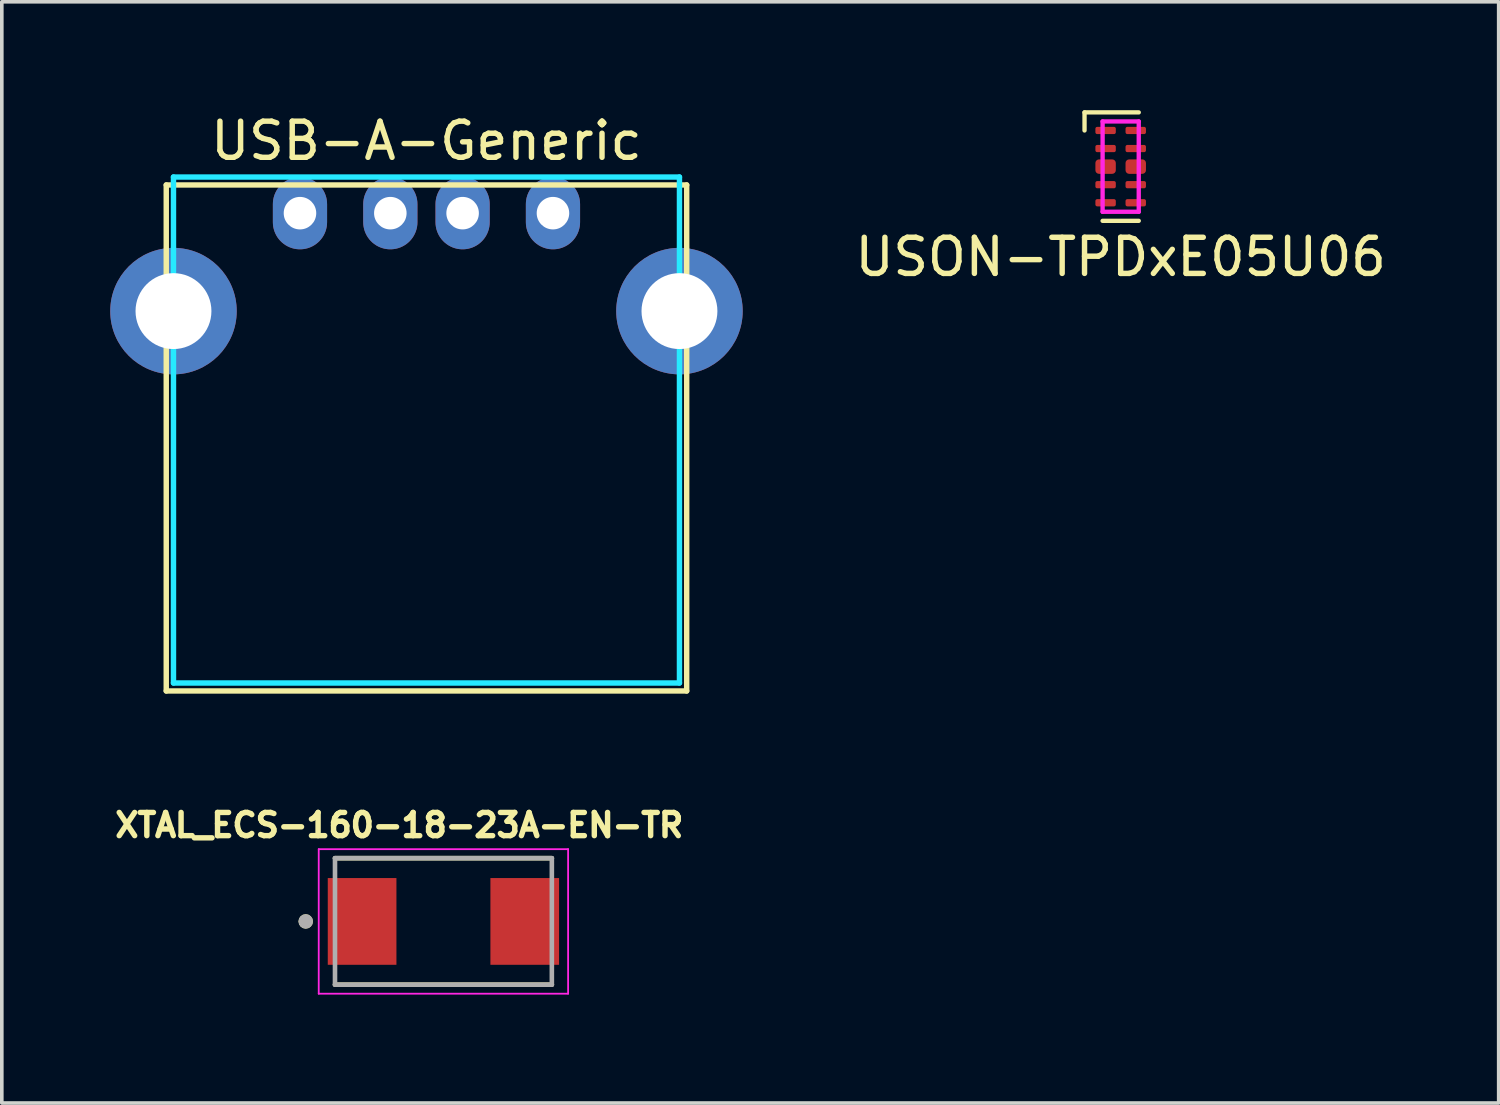
<source format=kicad_pcb>
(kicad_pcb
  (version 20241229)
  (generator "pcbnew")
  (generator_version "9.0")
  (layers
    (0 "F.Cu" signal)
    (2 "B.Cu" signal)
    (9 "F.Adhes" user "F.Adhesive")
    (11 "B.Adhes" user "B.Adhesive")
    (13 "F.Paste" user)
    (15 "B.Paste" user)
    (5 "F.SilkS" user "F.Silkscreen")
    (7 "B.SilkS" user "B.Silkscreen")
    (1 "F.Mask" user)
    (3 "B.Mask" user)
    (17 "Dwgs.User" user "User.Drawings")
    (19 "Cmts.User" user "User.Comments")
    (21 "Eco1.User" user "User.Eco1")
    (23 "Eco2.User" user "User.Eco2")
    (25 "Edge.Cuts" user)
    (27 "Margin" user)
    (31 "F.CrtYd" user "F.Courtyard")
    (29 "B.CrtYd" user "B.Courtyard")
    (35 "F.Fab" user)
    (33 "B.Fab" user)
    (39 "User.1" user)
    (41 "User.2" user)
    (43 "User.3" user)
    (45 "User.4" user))
  (footprint "USON-TPDxE05U06"
    (layer "F.Cu")
    (at 27.958 1.56)
    (property "Reference" "USON-TPDxE05U06" (at 0 2.5 0) (layer "F.SilkS") (effects (font (size 1 1) (thickness 0.15))))
    (attr smd)
    (fp_line (start -1 -1.5) (end -1 -1) (stroke (width 0.12) (type solid)) (layer "F.SilkS"))
    (fp_line (start -0.5 1.5) (end 0.5 1.5) (stroke (width 0.12) (type solid)) (layer "F.SilkS"))
    (fp_line (start 0.5 -1.5) (end -1 -1.5) (stroke (width 0.12) (type solid)) (layer "F.SilkS"))
    (fp_line (start -0.5 -1.25) (end -0.5 1.25) (stroke (width 0.12) (type solid)) (layer "F.CrtYd"))
    (fp_line (start -0.5 1.25) (end 0.5 1.25) (stroke (width 0.12) (type solid)) (layer "F.CrtYd"))
    (fp_line (start 0.5 -1.25) (end -0.5 -1.25) (stroke (width 0.12) (type solid)) (layer "F.CrtYd"))
    (fp_line (start 0.5 1.25) (end 0.5 -1.25) (stroke (width 0.12) (type solid)) (layer "F.CrtYd"))
    (pad "1" smd roundrect (at -0.417 -1) (size 0.565 0.2) (layers "F.Cu" "F.Mask" "F.Paste") (roundrect_rratio 0.25))
    (pad "2" smd roundrect (at -0.417 -0.5) (size 0.565 0.2) (layers "F.Cu" "F.Mask" "F.Paste") (roundrect_rratio 0.25))
    (pad "3" smd roundrect (at -0.417 0) (size 0.565 0.4) (layers "F.Cu" "F.Mask" "F.Paste") (roundrect_rratio 0.25))
    (pad "4" smd roundrect (at -0.417 0.5) (size 0.565 0.2) (layers "F.Cu" "F.Mask" "F.Paste") (roundrect_rratio 0.25))
    (pad "5" smd roundrect (at -0.417 1) (size 0.565 0.2) (layers "F.Cu" "F.Mask" "F.Paste") (roundrect_rratio 0.25))
    (pad "6" smd roundrect (at 0.417 1) (size 0.565 0.2) (layers "F.Cu" "F.Mask" "F.Paste") (roundrect_rratio 0.25))
    (pad "7" smd roundrect (at 0.417 0.5) (size 0.565 0.2) (layers "F.Cu" "F.Mask" "F.Paste") (roundrect_rratio 0.25))
    (pad "8" smd roundrect (at 0.417 0) (size 0.565 0.4) (layers "F.Cu" "F.Mask" "F.Paste") (roundrect_rratio 0.25))
    (pad "9" smd roundrect (at 0.417 -0.5) (size 0.565 0.2) (layers "F.Cu" "F.Mask" "F.Paste") (roundrect_rratio 0.25))
    (pad "10" smd roundrect (at 0.417 -1) (size 0.565 0.2) (layers "F.Cu" "F.Mask" "F.Paste") (roundrect_rratio 0.25)))
  (footprint "XTAL_ECS-160-18-23A-EN-TR"
    (layer "F.Cu")
    (at 9.219 22.445)
    (property "Reference" "XTAL_ECS-160-18-23A-EN-TR" (at -1.221 -2.663 0) (layer "F.SilkS") (effects (font (size 0.642 0.642) (thickness 0.15))))
    (attr smd)
    (fp_line (start -3 -1.75) (end 3 -1.75) (stroke (width 0.127) (type solid)) (layer "F.SilkS"))
    (fp_line (start -3 1.75) (end 3 1.75) (stroke (width 0.127) (type solid)) (layer "F.SilkS"))
    (fp_circle (center -3.81 0) (end -3.71 0) (stroke (width 0.2) (type solid)) (fill no) (layer "F.SilkS"))
    (fp_line (start -3.45 -2) (end 3.45 -2) (stroke (width 0.05) (type solid)) (layer "F.CrtYd"))
    (fp_line (start -3.45 2) (end -3.45 -2) (stroke (width 0.05) (type solid)) (layer "F.CrtYd"))
    (fp_line (start 3.45 -2) (end 3.45 2) (stroke (width 0.05) (type solid)) (layer "F.CrtYd"))
    (fp_line (start 3.45 2) (end -3.45 2) (stroke (width 0.05) (type solid)) (layer "F.CrtYd"))
    (fp_line (start -3 -1.75) (end -3 1.75) (stroke (width 0.127) (type solid)) (layer "F.Fab"))
    (fp_line (start -3 -1.75) (end 3 -1.75) (stroke (width 0.127) (type solid)) (layer "F.Fab"))
    (fp_line (start -3 1.75) (end 3 1.75) (stroke (width 0.127) (type solid)) (layer "F.Fab"))
    (fp_line (start 3 1.75) (end 3 -1.75) (stroke (width 0.127) (type solid)) (layer "F.Fab"))
    (fp_circle (center -3.81 0) (end -3.71 0) (stroke (width 0.2) (type solid)) (fill no) (layer "F.Fab"))
    (pad "1" smd rect (at -2.25 0) (size 1.9 2.4) (layers "F.Cu" "F.Mask" "F.Paste"))
    (pad "2" smd rect (at 2.25 0) (size 1.9 2.4) (layers "F.Cu" "F.Mask" "F.Paste")))
  (footprint "USB-A-Generic"
    (layer "F.Cu")
    (at 8.75 2.848)
    (property "Reference" "USB-A-Generic" (at 0 -2 0) (layer "F.SilkS") (effects (font (size 1 1) (thickness 0.15))))
    (attr through_hole)
    (fp_line (start -7.2 -0.78) (end -7.2 13.22) (stroke (width 0.15) (type solid)) (layer "F.SilkS"))
    (fp_line (start -7.2 -0.78) (end 7.2 -0.78) (stroke (width 0.15) (type solid)) (layer "F.SilkS"))
    (fp_line (start 7.2 13.22) (end -7.2 13.22) (stroke (width 0.15) (type solid)) (layer "F.SilkS"))
    (fp_line (start 7.2 13.22) (end 7.2 -0.78) (stroke (width 0.15) (type solid)) (layer "F.SilkS"))
    (fp_line (start -7 -1) (end -7 13) (stroke (width 0.15) (type solid)) (layer "B.CrtYd"))
    (fp_line (start -7 13) (end 7 13) (stroke (width 0.15) (type solid)) (layer "B.CrtYd"))
    (fp_line (start 7 -1) (end -7 -1) (stroke (width 0.15) (type solid)) (layer "B.CrtYd"))
    (fp_line (start 7 13) (end 7 -1) (stroke (width 0.15) (type solid)) (layer "B.CrtYd"))
    (pad "1" thru_hole oval (at -3.5 0) (size 1.5 2) (drill 0.9) (layers "*.Cu" "*.Mask"))
    (pad "2" thru_hole oval (at -1 0) (size 1.5 2) (drill 0.9) (layers "*.Cu" "*.Mask"))
    (pad "3" thru_hole oval (at 1 0) (size 1.5 2) (drill 0.9) (layers "*.Cu" "*.Mask"))
    (pad "4" thru_hole oval (at 3.5 0) (size 1.5 2) (drill 0.9) (layers "*.Cu" "*.Mask"))
    (pad "5" thru_hole circle (at -7 2.71) (size 3.5 3.5) (drill 2.1) (layers "*.Cu" "*.Mask"))
    (pad "5" thru_hole circle (at 7 2.71) (size 3.5 3.5) (drill 2.1) (layers "*.Cu" "*.Mask")))
  (gr_rect
    (start -3 -3)
    (end 38.417 27.47)
    (stroke (width 0.1) (type default))
    (fill no)
    (layer "Edge.Cuts")))
</source>
